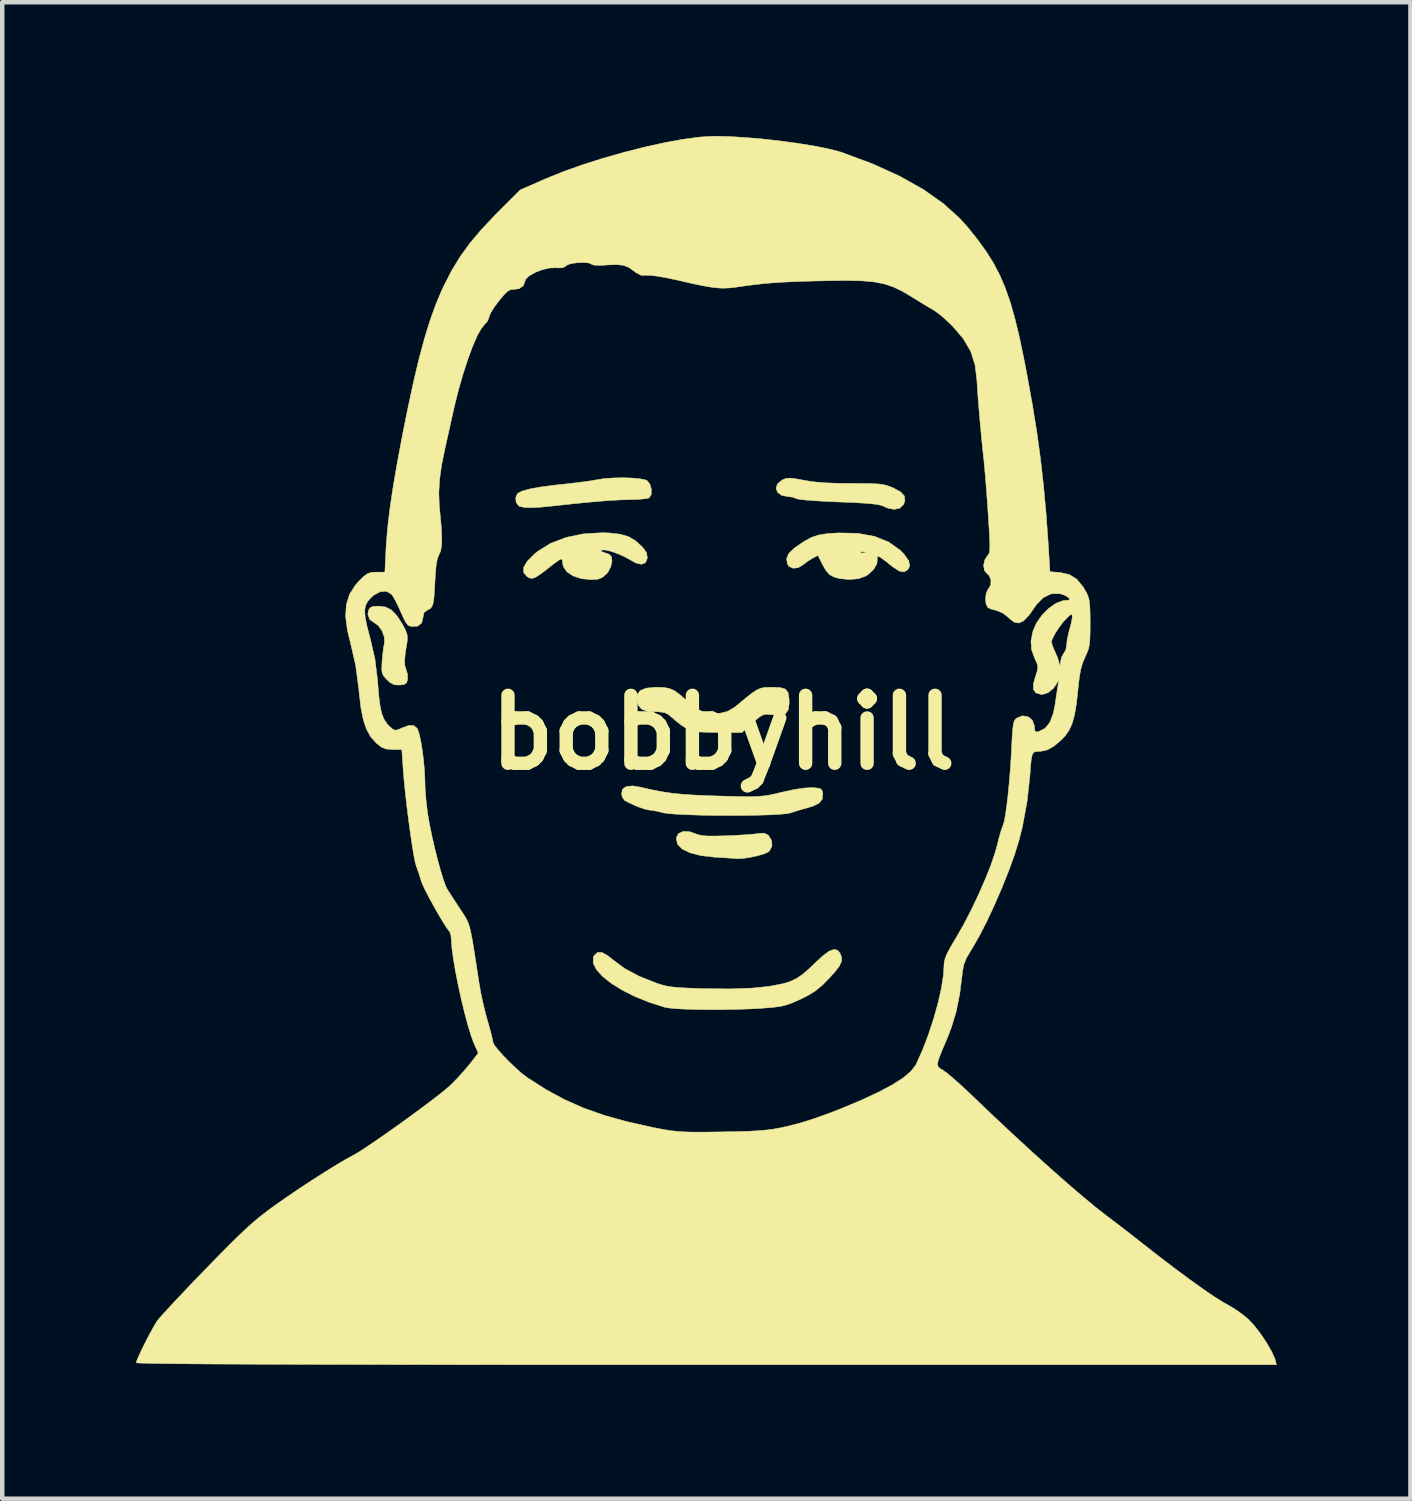
<source format=kicad_pcb>
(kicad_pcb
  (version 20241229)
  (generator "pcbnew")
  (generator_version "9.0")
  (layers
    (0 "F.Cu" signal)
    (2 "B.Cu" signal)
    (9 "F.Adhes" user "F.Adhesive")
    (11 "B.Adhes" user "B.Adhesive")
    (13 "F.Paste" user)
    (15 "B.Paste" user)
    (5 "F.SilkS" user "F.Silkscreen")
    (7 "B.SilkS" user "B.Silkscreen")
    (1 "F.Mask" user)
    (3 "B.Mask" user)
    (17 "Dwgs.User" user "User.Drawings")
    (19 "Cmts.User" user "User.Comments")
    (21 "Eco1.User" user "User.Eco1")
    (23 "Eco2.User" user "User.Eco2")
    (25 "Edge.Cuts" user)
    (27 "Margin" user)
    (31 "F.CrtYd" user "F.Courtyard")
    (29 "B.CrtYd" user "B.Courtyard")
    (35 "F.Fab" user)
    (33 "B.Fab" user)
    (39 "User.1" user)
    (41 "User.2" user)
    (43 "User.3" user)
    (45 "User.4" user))
  (footprint "bobbyhill"
    (layer "F.Cu")
    (at 13.171 13.382)
    (property "Reference" "bobbyhill" (at 0 0 0) (layer "F.SilkS") (effects (font (size 1.524 1.524) (thickness 0.3))))
    (attr through_hole)
    (fp_poly (pts (xy -0.754 2.224) (xy -0.644 2.261) (xy -0.562 2.292) (xy -0.469 2.311) (xy -0.346 2.321) (xy -0.176 2.322) (xy 0.058 2.316) (xy 0.089 2.315) (xy 0.312 2.305) (xy 0.517 2.292) (xy 0.683 2.279) (xy 0.787 2.266) (xy 0.795 2.264) (xy 0.919 2.256) (xy 1.011 2.303) (xy 1.018 2.309) (xy 1.087 2.418) (xy 1.096 2.543) (xy 1.043 2.652) (xy 1.005 2.684) (xy 0.907 2.726) (xy 0.756 2.768) (xy 0.585 2.804) (xy 0.426 2.826) (xy 0.32 2.829) (xy 0.242 2.824) (xy 0.102 2.814) (xy -0.076 2.803) (xy -0.191 2.796) (xy -0.497 2.761) (xy -0.742 2.698) (xy -0.919 2.612) (xy -1.024 2.503) (xy -1.052 2.375) (xy -1.051 2.363) (xy -1.001 2.266) (xy -0.896 2.218) (xy -0.754 2.224)) (stroke (width 0.01) (type solid)) (fill yes) (layer "F.SilkS"))
    (fp_poly (pts (xy -7.573 -2.816) (xy -7.439 -2.747) (xy -7.316 -2.619) (xy -7.195 -2.431) (xy -7.118 -2.284) (xy -7.084 -2.175) (xy -7.083 -2.073) (xy -7.088 -2.04) (xy -7.127 -1.801) (xy -7.144 -1.629) (xy -7.14 -1.509) (xy -7.117 -1.427) (xy -7.113 -1.42) (xy -7.08 -1.307) (xy -7.077 -1.203) (xy -7.097 -1.12) (xy -7.149 -1.081) (xy -7.25 -1.066) (xy -7.37 -1.07) (xy -7.466 -1.117) (xy -7.539 -1.183) (xy -7.608 -1.257) (xy -7.645 -1.324) (xy -7.658 -1.412) (xy -7.653 -1.549) (xy -7.65 -1.598) (xy -7.635 -1.765) (xy -7.615 -1.914) (xy -7.598 -2.003) (xy -7.599 -2.136) (xy -7.65 -2.28) (xy -7.736 -2.401) (xy -7.819 -2.458) (xy -7.928 -2.537) (xy -7.97 -2.653) (xy -7.955 -2.741) (xy -7.916 -2.803) (xy -7.845 -2.83) (xy -7.733 -2.836) (xy -7.573 -2.816)) (stroke (width 0.01) (type solid)) (fill yes) (layer "F.SilkS"))
    (fp_poly (pts (xy -2.042 -5.709) (xy -1.865 -5.692) (xy -1.74 -5.666) (xy -1.703 -5.649) (xy -1.639 -5.566) (xy -1.608 -5.451) (xy -1.614 -5.339) (xy -1.66 -5.263) (xy -1.662 -5.262) (xy -1.726 -5.247) (xy -1.852 -5.234) (xy -2.017 -5.226) (xy -2.095 -5.224) (xy -2.331 -5.217) (xy -2.613 -5.2) (xy -2.95 -5.172) (xy -3.353 -5.133) (xy -3.81 -5.083) (xy -4.096 -5.055) (xy -4.309 -5.044) (xy -4.46 -5.05) (xy -4.559 -5.072) (xy -4.583 -5.083) (xy -4.642 -5.16) (xy -4.653 -5.265) (xy -4.615 -5.357) (xy -4.604 -5.367) (xy -4.506 -5.417) (xy -4.338 -5.464) (xy -4.096 -5.508) (xy -3.775 -5.55) (xy -3.606 -5.568) (xy -3.374 -5.594) (xy -3.156 -5.621) (xy -2.973 -5.646) (xy -2.848 -5.667) (xy -2.836 -5.67) (xy -2.667 -5.696) (xy -2.464 -5.711) (xy -2.248 -5.715) (xy -2.042 -5.709)) (stroke (width 0.01) (type solid)) (fill yes) (layer "F.SilkS"))
    (fp_poly (pts (xy 1.595 -5.698) (xy 1.757 -5.669) (xy 1.805 -5.659) (xy 2.018 -5.625) (xy 2.277 -5.602) (xy 2.595 -5.59) (xy 2.868 -5.588) (xy 3.136 -5.587) (xy 3.335 -5.584) (xy 3.481 -5.576) (xy 3.592 -5.561) (xy 3.682 -5.539) (xy 3.769 -5.507) (xy 3.82 -5.485) (xy 3.982 -5.397) (xy 4.066 -5.306) (xy 4.078 -5.202) (xy 4.048 -5.115) (xy 3.964 -5.033) (xy 3.836 -5.006) (xy 3.685 -5.037) (xy 3.619 -5.067) (xy 3.558 -5.093) (xy 3.469 -5.113) (xy 3.339 -5.131) (xy 3.158 -5.145) (xy 2.915 -5.159) (xy 2.599 -5.172) (xy 2.585 -5.172) (xy 2.308 -5.184) (xy 2.063 -5.199) (xy 1.862 -5.214) (xy 1.718 -5.23) (xy 1.642 -5.245) (xy 1.635 -5.249) (xy 1.565 -5.279) (xy 1.46 -5.292) (xy 1.314 -5.319) (xy 1.22 -5.388) (xy 1.187 -5.48) (xy 1.219 -5.578) (xy 1.322 -5.663) (xy 1.333 -5.669) (xy 1.407 -5.698) (xy 1.487 -5.707) (xy 1.595 -5.698)) (stroke (width 0.01) (type solid)) (fill yes) (layer "F.SilkS"))
    (fp_poly (pts (xy -2.557 -4.477) (xy -2.313 -4.45) (xy -2.126 -4.396) (xy -1.968 -4.304) (xy -1.812 -4.163) (xy -1.806 -4.156) (xy -1.719 -4.037) (xy -1.7 -3.92) (xy -1.701 -3.91) (xy -1.742 -3.809) (xy -1.831 -3.774) (xy -1.961 -3.805) (xy -2.073 -3.868) (xy -2.208 -3.943) (xy -2.364 -4.012) (xy -2.519 -4.066) (xy -2.647 -4.095) (xy -2.718 -4.094) (xy -2.743 -4.077) (xy -2.717 -4.056) (xy -2.627 -4.023) (xy -2.561 -4.002) (xy -2.506 -3.946) (xy -2.493 -3.844) (xy -2.519 -3.721) (xy -2.581 -3.601) (xy -2.621 -3.553) (xy -2.716 -3.474) (xy -2.815 -3.438) (xy -2.957 -3.429) (xy -3.18 -3.452) (xy -3.368 -3.514) (xy -3.509 -3.609) (xy -3.587 -3.727) (xy -3.598 -3.796) (xy -3.611 -3.872) (xy -3.632 -3.895) (xy -3.679 -3.87) (xy -3.773 -3.804) (xy -3.894 -3.711) (xy -3.918 -3.691) (xy -4.079 -3.566) (xy -4.192 -3.491) (xy -4.273 -3.459) (xy -4.338 -3.465) (xy -4.398 -3.498) (xy -4.476 -3.591) (xy -4.475 -3.705) (xy -4.395 -3.841) (xy -4.234 -4.002) (xy -4.16 -4.063) (xy -3.871 -4.244) (xy -3.524 -4.376) (xy -3.135 -4.457) (xy -2.718 -4.482) (xy -2.557 -4.477)) (stroke (width 0.01) (type solid)) (fill yes) (layer "F.SilkS"))
    (fp_poly (pts (xy 3.019 -4.469) (xy 3.395 -4.401) (xy 3.712 -4.274) (xy 3.973 -4.088) (xy 4.062 -3.996) (xy 4.163 -3.853) (xy 4.187 -3.737) (xy 4.14 -3.649) (xy 4.057 -3.603) (xy 3.954 -3.621) (xy 3.819 -3.706) (xy 3.765 -3.748) (xy 3.651 -3.84) (xy 3.552 -3.913) (xy 3.512 -3.938) (xy 3.458 -3.956) (xy 3.455 -3.91) (xy 3.459 -3.894) (xy 3.449 -3.782) (xy 3.374 -3.657) (xy 3.249 -3.542) (xy 3.204 -3.512) (xy 3.043 -3.452) (xy 2.838 -3.432) (xy 2.621 -3.452) (xy 2.498 -3.484) (xy 2.394 -3.537) (xy 2.31 -3.629) (xy 2.238 -3.754) (xy 2.127 -3.973) (xy 2.006 -3.91) (xy 1.887 -3.836) (xy 1.796 -3.765) (xy 1.684 -3.697) (xy 1.569 -3.685) (xy 1.477 -3.727) (xy 1.444 -3.777) (xy 1.424 -3.9) (xy 1.469 -4.011) (xy 1.492 -4.034) (xy 3.074 -4.034) (xy 3.133 -4.028) (xy 3.193 -4.035) (xy 3.186 -4.05) (xy 3.099 -4.055) (xy 3.08 -4.05) (xy 3.074 -4.034) (xy 1.492 -4.034) (xy 1.585 -4.126) (xy 1.625 -4.157) (xy 1.817 -4.288) (xy 1.981 -4.377) (xy 2.146 -4.432) (xy 2.341 -4.462) (xy 2.583 -4.478) (xy 3.019 -4.469)) (stroke (width 0.01) (type solid)) (fill yes) (layer "F.SilkS"))
    (fp_poly (pts (xy -1.851 1.226) (xy -1.601 1.284) (xy -1.371 1.328) (xy -1.141 1.362) (xy -0.893 1.387) (xy -0.607 1.405) (xy -0.264 1.419) (xy -0.085 1.424) (xy 0.225 1.432) (xy 0.466 1.437) (xy 0.653 1.437) (xy 0.802 1.432) (xy 0.928 1.42) (xy 1.047 1.401) (xy 1.174 1.374) (xy 1.325 1.337) (xy 1.327 1.337) (xy 1.59 1.279) (xy 1.819 1.245) (xy 1.992 1.236) (xy 2.004 1.236) (xy 2.132 1.247) (xy 2.199 1.269) (xy 2.226 1.316) (xy 2.235 1.378) (xy 2.223 1.495) (xy 2.153 1.584) (xy 2.015 1.652) (xy 1.884 1.691) (xy 1.721 1.736) (xy 1.562 1.786) (xy 1.513 1.803) (xy 1.42 1.821) (xy 1.256 1.836) (xy 1.034 1.847) (xy 0.768 1.855) (xy 0.472 1.86) (xy 0.158 1.861) (xy -0.159 1.86) (xy -0.466 1.855) (xy -0.75 1.846) (xy -0.997 1.835) (xy -1.194 1.821) (xy -1.327 1.804) (xy -1.355 1.797) (xy -1.496 1.763) (xy -1.621 1.742) (xy -1.654 1.739) (xy -1.765 1.716) (xy -1.924 1.66) (xy -2.103 1.579) (xy -2.201 1.529) (xy -2.254 1.464) (xy -2.278 1.383) (xy -2.259 1.274) (xy -2.172 1.211) (xy -2.025 1.197) (xy -1.851 1.226)) (stroke (width 0.01) (type solid)) (fill yes) (layer "F.SilkS"))
    (fp_poly (pts (xy 1.286 -1.008) (xy 1.398 -0.973) (xy 1.457 -0.897) (xy 1.479 -0.765) (xy 1.482 -0.66) (xy 1.463 -0.514) (xy 1.402 -0.426) (xy 1.286 -0.39) (xy 1.104 -0.398) (xy 1.097 -0.399) (xy 0.989 -0.41) (xy 0.911 -0.402) (xy 0.836 -0.364) (xy 0.739 -0.286) (xy 0.658 -0.213) (xy 0.422 0) (xy -0.117 -0.002) (xy -0.355 -0.005) (xy -0.527 -0.013) (xy -0.65 -0.029) (xy -0.742 -0.054) (xy -0.811 -0.085) (xy -0.938 -0.166) (xy -1.076 -0.274) (xy -1.123 -0.316) (xy -1.226 -0.404) (xy -1.316 -0.448) (xy -1.433 -0.464) (xy -1.522 -0.466) (xy -1.71 -0.479) (xy -1.831 -0.525) (xy -1.902 -0.613) (xy -1.93 -0.705) (xy -1.93 -0.843) (xy -1.863 -0.939) (xy -1.726 -0.996) (xy -1.516 -1.016) (xy -1.5 -1.016) (xy -1.336 -1.011) (xy -1.21 -0.99) (xy -1.098 -0.942) (xy -0.977 -0.856) (xy -0.823 -0.722) (xy -0.793 -0.694) (xy -0.611 -0.545) (xy -0.446 -0.459) (xy -0.269 -0.425) (xy -0.061 -0.434) (xy 0.099 -0.474) (xy 0.255 -0.566) (xy 0.322 -0.619) (xy 0.507 -0.773) (xy 0.644 -0.881) (xy 0.748 -0.951) (xy 0.837 -0.992) (xy 0.926 -1.01) (xy 1.032 -1.016) (xy 1.107 -1.016) (xy 1.286 -1.008)) (stroke (width 0.01) (type solid)) (fill yes) (layer "F.SilkS"))
    (fp_poly (pts (xy 2.573 4.887) (xy 2.623 4.95) (xy 2.659 5.045) (xy 2.654 5.138) (xy 2.603 5.246) (xy 2.498 5.381) (xy 2.381 5.509) (xy 2.215 5.677) (xy 2.065 5.799) (xy 1.898 5.901) (xy 1.736 5.982) (xy 1.567 6.057) (xy 1.428 6.109) (xy 1.291 6.142) (xy 1.128 6.164) (xy 0.911 6.182) (xy 0.889 6.184) (xy 0.606 6.2) (xy 0.297 6.21) (xy -0.022 6.216) (xy -0.338 6.216) (xy -0.635 6.212) (xy -0.899 6.203) (xy -1.114 6.19) (xy -1.267 6.172) (xy -1.312 6.162) (xy -1.661 6.05) (xy -1.982 5.92) (xy -2.268 5.776) (xy -2.512 5.624) (xy -2.705 5.47) (xy -2.841 5.319) (xy -2.913 5.176) (xy -2.913 5.046) (xy -2.891 4.999) (xy -2.817 4.932) (xy -2.717 4.934) (xy -2.585 5.007) (xy -2.477 5.094) (xy -2.212 5.291) (xy -1.89 5.464) (xy -1.503 5.619) (xy -1.387 5.657) (xy -1.275 5.685) (xy -1.149 5.706) (xy -0.994 5.721) (xy -0.794 5.732) (xy -0.531 5.742) (xy -0.402 5.745) (xy 0.157 5.751) (xy 0.636 5.734) (xy 1.035 5.694) (xy 1.353 5.632) (xy 1.499 5.586) (xy 1.645 5.518) (xy 1.791 5.419) (xy 1.957 5.273) (xy 2.049 5.183) (xy 2.235 5.01) (xy 2.38 4.904) (xy 2.491 4.864) (xy 2.573 4.887)) (stroke (width 0.01) (type solid)) (fill yes) (layer "F.SilkS"))
    (fp_poly (pts (xy 0.141 -13.369) (xy 0.511 -13.347) (xy 0.903 -13.313) (xy 1.299 -13.268) (xy 1.684 -13.216) (xy 2.041 -13.158) (xy 2.352 -13.096) (xy 2.601 -13.033) (xy 2.667 -13.012) (xy 3.355 -12.756) (xy 3.961 -12.48) (xy 4.49 -12.183) (xy 4.942 -11.864) (xy 5.32 -11.521) (xy 5.485 -11.337) (xy 5.706 -11.06) (xy 5.896 -10.798) (xy 6.06 -10.538) (xy 6.202 -10.269) (xy 6.327 -9.979) (xy 6.439 -9.659) (xy 6.543 -9.295) (xy 6.644 -8.877) (xy 6.745 -8.394) (xy 6.814 -8.038) (xy 6.936 -7.364) (xy 7.037 -6.738) (xy 7.12 -6.135) (xy 7.188 -5.529) (xy 7.246 -4.895) (xy 7.295 -4.207) (xy 7.304 -4.058) (xy 7.331 -3.608) (xy 7.561 -3.589) (xy 7.764 -3.544) (xy 7.932 -3.44) (xy 8.077 -3.265) (xy 8.142 -3.154) (xy 8.182 -3.071) (xy 8.208 -2.982) (xy 8.224 -2.869) (xy 8.231 -2.711) (xy 8.234 -2.491) (xy 8.234 -2.455) (xy 8.232 -2.229) (xy 8.226 -2.066) (xy 8.212 -1.946) (xy 8.187 -1.848) (xy 8.147 -1.751) (xy 8.12 -1.693) (xy 8.063 -1.559) (xy 8.021 -1.412) (xy 7.989 -1.228) (xy 7.962 -0.984) (xy 7.961 -0.97) (xy 7.926 -0.651) (xy 7.884 -0.4) (xy 7.831 -0.205) (xy 7.76 -0.05) (xy 7.668 0.08) (xy 7.591 0.161) (xy 7.422 0.306) (xy 7.273 0.389) (xy 7.121 0.422) (xy 7.07 0.423) (xy 7.007 0.427) (xy 6.963 0.449) (xy 6.933 0.5) (xy 6.913 0.596) (xy 6.897 0.749) (xy 6.881 0.974) (xy 6.819 1.545) (xy 6.713 2.117) (xy 6.64 2.408) (xy 6.541 2.73) (xy 6.41 3.093) (xy 6.256 3.478) (xy 6.089 3.864) (xy 5.917 4.233) (xy 5.747 4.564) (xy 5.59 4.838) (xy 5.556 4.891) (xy 5.456 5.062) (xy 5.398 5.211) (xy 5.367 5.382) (xy 5.363 5.421) (xy 5.307 5.869) (xy 5.228 6.26) (xy 5.119 6.62) (xy 5.026 6.859) (xy 4.928 7.091) (xy 4.86 7.257) (xy 4.821 7.371) (xy 4.809 7.446) (xy 4.823 7.495) (xy 4.86 7.531) (xy 4.92 7.568) (xy 4.941 7.581) (xy 5.025 7.642) (xy 5.155 7.751) (xy 5.318 7.896) (xy 5.499 8.063) (xy 5.631 8.189) (xy 6.074 8.612) (xy 6.513 9.023) (xy 6.94 9.416) (xy 7.347 9.783) (xy 7.727 10.118) (xy 8.072 10.413) (xy 8.374 10.663) (xy 8.626 10.859) (xy 8.657 10.882) (xy 8.787 10.98) (xy 8.961 11.114) (xy 9.16 11.268) (xy 9.361 11.426) (xy 9.398 11.455) (xy 9.782 11.755) (xy 10.143 12.03) (xy 10.473 12.274) (xy 10.765 12.483) (xy 11.011 12.652) (xy 11.205 12.774) (xy 11.299 12.825) (xy 11.481 12.933) (xy 11.671 13.068) (xy 11.792 13.172) (xy 11.921 13.311) (xy 12.058 13.49) (xy 12.189 13.685) (xy 12.298 13.874) (xy 12.372 14.032) (xy 12.388 14.083) (xy 12.413 14.182) (xy -0.376 14.182) (xy -1.726 14.182) (xy -2.992 14.181) (xy -4.176 14.181) (xy -5.28 14.18) (xy -6.305 14.179) (xy -7.252 14.178) (xy -8.124 14.176) (xy -8.92 14.175) (xy -9.643 14.173) (xy -10.294 14.171) (xy -10.875 14.168) (xy -11.387 14.166) (xy -11.831 14.163) (xy -12.208 14.159) (xy -12.521 14.156) (xy -12.771 14.152) (xy -12.958 14.148) (xy -13.085 14.144) (xy -13.153 14.139) (xy -13.166 14.136) (xy -13.147 14.075) (xy -13.096 13.959) (xy -13.024 13.806) (xy -12.939 13.636) (xy -12.851 13.468) (xy -12.769 13.32) (xy -12.703 13.21) (xy -12.696 13.2) (xy -12.642 13.134) (xy -12.537 13.016) (xy -12.389 12.855) (xy -12.204 12.658) (xy -11.992 12.433) (xy -11.759 12.191) (xy -11.599 12.026) (xy -11.309 11.728) (xy -11.066 11.483) (xy -10.861 11.281) (xy -10.684 11.114) (xy -10.524 10.972) (xy -10.372 10.846) (xy -10.218 10.727) (xy -10.054 10.607) (xy -9.784 10.418) (xy -9.495 10.222) (xy -9.201 10.029) (xy -8.917 9.848) (xy -8.659 9.689) (xy -8.441 9.561) (xy -8.297 9.483) (xy -8.186 9.419) (xy -8.02 9.312) (xy -7.811 9.171) (xy -7.573 9.006) (xy -7.317 8.825) (xy -7.056 8.637) (xy -6.803 8.451) (xy -6.569 8.276) (xy -6.368 8.121) (xy -6.211 7.995) (xy -6.123 7.918) (xy -5.969 7.763) (xy -5.809 7.587) (xy -5.683 7.436) (xy -5.492 7.189) (xy -5.582 6.992) (xy -5.648 6.819) (xy -5.721 6.581) (xy -5.797 6.297) (xy -5.873 5.985) (xy -5.943 5.663) (xy -6.005 5.351) (xy -6.053 5.064) (xy -6.085 4.824) (xy -6.096 4.655) (xy -6.108 4.541) (xy -6.137 4.464) (xy -6.141 4.459) (xy -6.199 4.384) (xy -6.284 4.251) (xy -6.385 4.081) (xy -6.493 3.891) (xy -6.597 3.7) (xy -6.686 3.528) (xy -6.749 3.393) (xy -6.775 3.323) (xy -6.821 3.169) (xy -6.875 3.019) (xy -6.881 3.006) (xy -6.907 2.913) (xy -6.939 2.75) (xy -6.975 2.531) (xy -7.014 2.271) (xy -7.053 1.984) (xy -7.091 1.684) (xy -7.125 1.386) (xy -7.154 1.104) (xy -7.175 0.852) (xy -7.178 0.815) (xy -7.208 0.381) (xy -7.414 0.381) (xy -7.553 0.371) (xy -7.658 0.332) (xy -7.771 0.245) (xy -7.783 0.233) (xy -7.904 0.099) (xy -7.998 -0.069) (xy -8.071 -0.283) (xy -8.125 -0.554) (xy -8.165 -0.896) (xy -8.17 -0.953) (xy -8.241 -1.498) (xy -8.342 -1.938) (xy -8.43 -2.302) (xy -8.468 -2.608) (xy -8.46 -2.739) (xy -8.04 -2.739) (xy -8.03 -2.591) (xy -7.991 -2.394) (xy -7.923 -2.134) (xy -7.912 -2.095) (xy -7.81 -1.647) (xy -7.752 -1.182) (xy -7.748 -1.122) (xy -7.724 -0.824) (xy -7.695 -0.597) (xy -7.658 -0.427) (xy -7.607 -0.299) (xy -7.541 -0.199) (xy -7.494 -0.149) (xy -7.41 -0.073) (xy -7.349 -0.05) (xy -7.274 -0.071) (xy -7.216 -0.098) (xy -7.054 -0.158) (xy -6.94 -0.157) (xy -6.864 -0.094) (xy -6.854 -0.077) (xy -6.819 0.025) (xy -6.782 0.191) (xy -6.748 0.399) (xy -6.719 0.628) (xy -6.699 0.857) (xy -6.689 1.064) (xy -6.689 1.101) (xy -6.682 1.291) (xy -6.663 1.524) (xy -6.636 1.759) (xy -6.624 1.841) (xy -6.586 2.062) (xy -6.534 2.313) (xy -6.474 2.578) (xy -6.408 2.839) (xy -6.342 3.081) (xy -6.28 3.285) (xy -6.226 3.437) (xy -6.194 3.505) (xy -6.139 3.591) (xy -6.053 3.725) (xy -5.95 3.884) (xy -5.901 3.958) (xy -5.839 4.052) (xy -5.789 4.13) (xy -5.749 4.201) (xy -5.715 4.278) (xy -5.686 4.37) (xy -5.658 4.488) (xy -5.628 4.642) (xy -5.594 4.843) (xy -5.554 5.101) (xy -5.504 5.428) (xy -5.476 5.609) (xy -5.433 5.852) (xy -5.373 6.127) (xy -5.308 6.384) (xy -5.288 6.453) (xy -5.236 6.635) (xy -5.195 6.792) (xy -5.17 6.903) (xy -5.165 6.941) (xy -5.135 7.006) (xy -5.054 7.111) (xy -4.938 7.243) (xy -4.798 7.387) (xy -4.649 7.529) (xy -4.506 7.655) (xy -4.385 7.746) (xy -3.974 8.008) (xy -3.564 8.23) (xy -3.138 8.42) (xy -2.68 8.582) (xy -2.173 8.725) (xy -1.601 8.853) (xy -1.503 8.873) (xy -1.329 8.906) (xy -1.177 8.93) (xy -1.028 8.947) (xy -0.868 8.958) (xy -0.678 8.963) (xy -0.443 8.963) (xy -0.145 8.96) (xy -0.021 8.958) (xy 0.311 8.951) (xy 0.574 8.944) (xy 0.787 8.932) (xy 0.966 8.917) (xy 1.126 8.896) (xy 1.286 8.867) (xy 1.439 8.834) (xy 1.723 8.761) (xy 2.056 8.656) (xy 2.414 8.527) (xy 2.625 8.445) (xy 3.094 8.249) (xy 3.483 8.068) (xy 3.797 7.901) (xy 4.039 7.746) (xy 4.211 7.6) (xy 4.318 7.463) (xy 4.329 7.442) (xy 4.471 7.128) (xy 4.603 6.781) (xy 4.722 6.42) (xy 4.822 6.063) (xy 4.897 5.729) (xy 4.942 5.437) (xy 4.953 5.255) (xy 4.959 5.159) (xy 4.98 5.065) (xy 5.025 4.956) (xy 5.101 4.813) (xy 5.215 4.62) (xy 5.234 4.59) (xy 5.401 4.297) (xy 5.571 3.968) (xy 5.734 3.624) (xy 5.883 3.283) (xy 6.01 2.963) (xy 6.104 2.685) (xy 6.143 2.544) (xy 6.187 2.369) (xy 6.23 2.219) (xy 6.265 2.117) (xy 6.274 2.098) (xy 6.302 2.01) (xy 6.332 1.851) (xy 6.363 1.635) (xy 6.393 1.375) (xy 6.421 1.085) (xy 6.446 0.778) (xy 6.465 0.469) (xy 6.47 0.367) (xy 6.482 0.12) (xy 6.494 -0.056) (xy 6.509 -0.175) (xy 6.528 -0.251) (xy 6.554 -0.297) (xy 6.58 -0.321) (xy 6.712 -0.375) (xy 6.838 -0.357) (xy 6.936 -0.278) (xy 6.983 -0.149) (xy 6.985 -0.118) (xy 6.994 -0.033) (xy 7.033 -0.012) (xy 7.08 -0.022) (xy 7.223 -0.095) (xy 7.33 -0.228) (xy 7.406 -0.428) (xy 7.448 -0.64) (xy 7.474 -0.818) (xy 7.498 -0.975) (xy 7.515 -1.083) (xy 7.518 -1.101) (xy 7.528 -1.169) (xy 7.516 -1.158) (xy 7.499 -1.122) (xy 7.408 -0.989) (xy 7.286 -0.893) (xy 7.159 -0.853) (xy 7.131 -0.854) (xy 7.016 -0.889) (xy 6.961 -0.965) (xy 6.961 -1.092) (xy 7.002 -1.243) (xy 7.045 -1.376) (xy 7.059 -1.464) (xy 7.044 -1.542) (xy 6.998 -1.646) (xy 6.991 -1.661) (xy 6.92 -1.853) (xy 6.906 -2.033) (xy 7.366 -2.033) (xy 7.384 -1.955) (xy 7.431 -1.841) (xy 7.451 -1.799) (xy 7.506 -1.669) (xy 7.539 -1.551) (xy 7.542 -1.526) (xy 7.55 -1.485) (xy 7.56 -1.527) (xy 7.566 -1.574) (xy 7.593 -1.691) (xy 7.637 -1.773) (xy 7.644 -1.78) (xy 7.687 -1.856) (xy 7.705 -1.963) (xy 7.718 -2.084) (xy 7.75 -2.236) (xy 7.769 -2.303) (xy 7.806 -2.441) (xy 7.828 -2.557) (xy 7.832 -2.596) (xy 7.827 -2.648) (xy 7.801 -2.648) (xy 7.734 -2.592) (xy 7.72 -2.579) (xy 7.624 -2.475) (xy 7.525 -2.343) (xy 7.439 -2.207) (xy 7.381 -2.092) (xy 7.366 -2.033) (xy 6.906 -2.033) (xy 6.905 -2.041) (xy 6.945 -2.259) (xy 6.947 -2.265) (xy 7.026 -2.451) (xy 7.151 -2.63) (xy 7.305 -2.786) (xy 7.47 -2.901) (xy 7.629 -2.96) (xy 7.674 -2.963) (xy 7.757 -2.97) (xy 7.769 -2.996) (xy 7.748 -3.026) (xy 7.673 -3.076) (xy 7.559 -3.114) (xy 7.548 -3.116) (xy 7.357 -3.111) (xy 7.18 -3.026) (xy 7.026 -2.867) (xy 6.999 -2.827) (xy 6.86 -2.628) (xy 6.74 -2.505) (xy 6.632 -2.456) (xy 6.528 -2.475) (xy 6.418 -2.562) (xy 6.399 -2.582) (xy 6.278 -2.677) (xy 6.143 -2.734) (xy 6.137 -2.736) (xy 6.022 -2.766) (xy 5.941 -2.802) (xy 5.937 -2.805) (xy 5.898 -2.881) (xy 5.886 -2.998) (xy 5.9 -3.12) (xy 5.939 -3.208) (xy 5.948 -3.217) (xy 6.002 -3.308) (xy 6.008 -3.422) (xy 5.967 -3.522) (xy 5.927 -3.556) (xy 5.861 -3.634) (xy 5.843 -3.751) (xy 5.872 -3.877) (xy 5.922 -3.955) (xy 5.949 -3.988) (xy 5.968 -4.027) (xy 5.979 -4.084) (xy 5.983 -4.171) (xy 5.981 -4.3) (xy 5.972 -4.482) (xy 5.956 -4.729) (xy 5.943 -4.932) (xy 5.923 -5.225) (xy 5.901 -5.516) (xy 5.879 -5.784) (xy 5.859 -6.009) (xy 5.843 -6.171) (xy 5.841 -6.181) (xy 5.818 -6.392) (xy 5.793 -6.652) (xy 5.766 -6.939) (xy 5.741 -7.23) (xy 5.719 -7.503) (xy 5.703 -7.735) (xy 5.693 -7.896) (xy 5.651 -8.245) (xy 5.554 -8.55) (xy 5.391 -8.83) (xy 5.155 -9.107) (xy 5.153 -9.11) (xy 5.01 -9.248) (xy 4.866 -9.372) (xy 4.747 -9.461) (xy 4.713 -9.482) (xy 4.602 -9.546) (xy 4.447 -9.639) (xy 4.277 -9.745) (xy 4.223 -9.778) (xy 4.014 -9.902) (xy 3.817 -9.996) (xy 3.615 -10.063) (xy 3.392 -10.107) (xy 3.13 -10.131) (xy 2.814 -10.14) (xy 2.54 -10.138) (xy 2.075 -10.129) (xy 1.68 -10.118) (xy 1.342 -10.102) (xy 1.047 -10.082) (xy 0.78 -10.056) (xy 0.529 -10.025) (xy 0.447 -10.013) (xy 0.274 -9.988) (xy 0.127 -9.972) (xy -0.009 -9.967) (xy -0.149 -9.975) (xy -0.309 -9.996) (xy -0.504 -10.032) (xy -0.751 -10.085) (xy -1.063 -10.157) (xy -1.079 -10.16) (xy -1.291 -10.205) (xy -1.484 -10.238) (xy -1.637 -10.256) (xy -1.724 -10.257) (xy -1.843 -10.258) (xy -1.953 -10.315) (xy -1.992 -10.346) (xy -2.11 -10.43) (xy -2.232 -10.479) (xy -2.384 -10.496) (xy -2.589 -10.489) (xy -2.628 -10.486) (xy -2.782 -10.479) (xy -2.894 -10.484) (xy -2.944 -10.501) (xy -3.004 -10.531) (xy -3.117 -10.543) (xy -3.255 -10.54) (xy -3.389 -10.523) (xy -3.488 -10.494) (xy -3.517 -10.473) (xy -3.587 -10.428) (xy -3.703 -10.421) (xy -3.756 -10.425) (xy -3.895 -10.42) (xy -4.053 -10.383) (xy -4.209 -10.324) (xy -4.34 -10.251) (xy -4.425 -10.176) (xy -4.445 -10.125) (xy -4.482 -10.021) (xy -4.58 -9.955) (xy -4.699 -9.94) (xy -4.768 -9.934) (xy -4.836 -9.897) (xy -4.919 -9.816) (xy -5.034 -9.678) (xy -5.135 -9.541) (xy -5.211 -9.419) (xy -5.248 -9.334) (xy -5.249 -9.321) (xy -5.281 -9.233) (xy -5.347 -9.158) (xy -5.427 -9.06) (xy -5.52 -8.891) (xy -5.62 -8.66) (xy -5.724 -8.379) (xy -5.828 -8.06) (xy -5.929 -7.712) (xy -6.021 -7.348) (xy -6.055 -7.197) (xy -6.107 -6.964) (xy -6.158 -6.732) (xy -6.204 -6.529) (xy -6.235 -6.392) (xy -6.313 -6.01) (xy -6.36 -5.681) (xy -6.377 -5.382) (xy -6.367 -5.087) (xy -6.355 -4.962) (xy -6.324 -4.638) (xy -6.311 -4.389) (xy -6.315 -4.203) (xy -6.336 -4.071) (xy -6.374 -3.989) (xy -6.411 -3.896) (xy -6.439 -3.735) (xy -6.458 -3.499) (xy -6.461 -3.44) (xy -6.474 -3.193) (xy -6.487 -3.018) (xy -6.505 -2.9) (xy -6.531 -2.826) (xy -6.567 -2.782) (xy -6.617 -2.755) (xy -6.626 -2.751) (xy -6.708 -2.694) (xy -6.731 -2.59) (xy -6.731 -2.589) (xy -6.762 -2.457) (xy -6.851 -2.387) (xy -6.968 -2.378) (xy -7.027 -2.388) (xy -7.072 -2.411) (xy -7.114 -2.463) (xy -7.164 -2.557) (xy -7.233 -2.71) (xy -7.26 -2.772) (xy -7.328 -2.916) (xy -7.395 -3.037) (xy -7.438 -3.1) (xy -7.55 -3.168) (xy -7.687 -3.161) (xy -7.836 -3.081) (xy -7.892 -3.032) (xy -7.971 -2.945) (xy -8.021 -2.852) (xy -8.04 -2.739) (xy -8.46 -2.739) (xy -8.452 -2.869) (xy -8.383 -3.094) (xy -8.258 -3.295) (xy -8.175 -3.39) (xy -8.061 -3.502) (xy -7.976 -3.565) (xy -7.892 -3.592) (xy -7.782 -3.598) (xy -7.588 -3.598) (xy -7.559 -4.18) (xy -7.53 -4.557) (xy -7.479 -4.996) (xy -7.404 -5.503) (xy -7.305 -6.079) (xy -7.182 -6.731) (xy -7.069 -7.288) (xy -6.942 -7.879) (xy -6.819 -8.395) (xy -6.697 -8.847) (xy -6.574 -9.246) (xy -6.446 -9.601) (xy -6.31 -9.923) (xy -6.27 -10.008) (xy -6.093 -10.355) (xy -5.902 -10.67) (xy -5.683 -10.973) (xy -5.423 -11.282) (xy -5.109 -11.614) (xy -5.039 -11.685) (xy -4.551 -12.172) (xy -3.981 -12.422) (xy -3.591 -12.58) (xy -3.159 -12.734) (xy -2.7 -12.88) (xy -2.23 -13.014) (xy -1.762 -13.133) (xy -1.311 -13.232) (xy -0.893 -13.309) (xy -0.521 -13.358) (xy -0.211 -13.377) (xy -0.189 -13.377) (xy 0.141 -13.369)) (stroke (width 0.01) (type solid)) (fill yes) (layer "F.SilkS")))
  (gr_rect
    (start -3 -3)
    (end 28.589 30.569)
    (stroke (width 0.1) (type default))
    (fill no)
    (layer "Edge.Cuts")))
</source>
